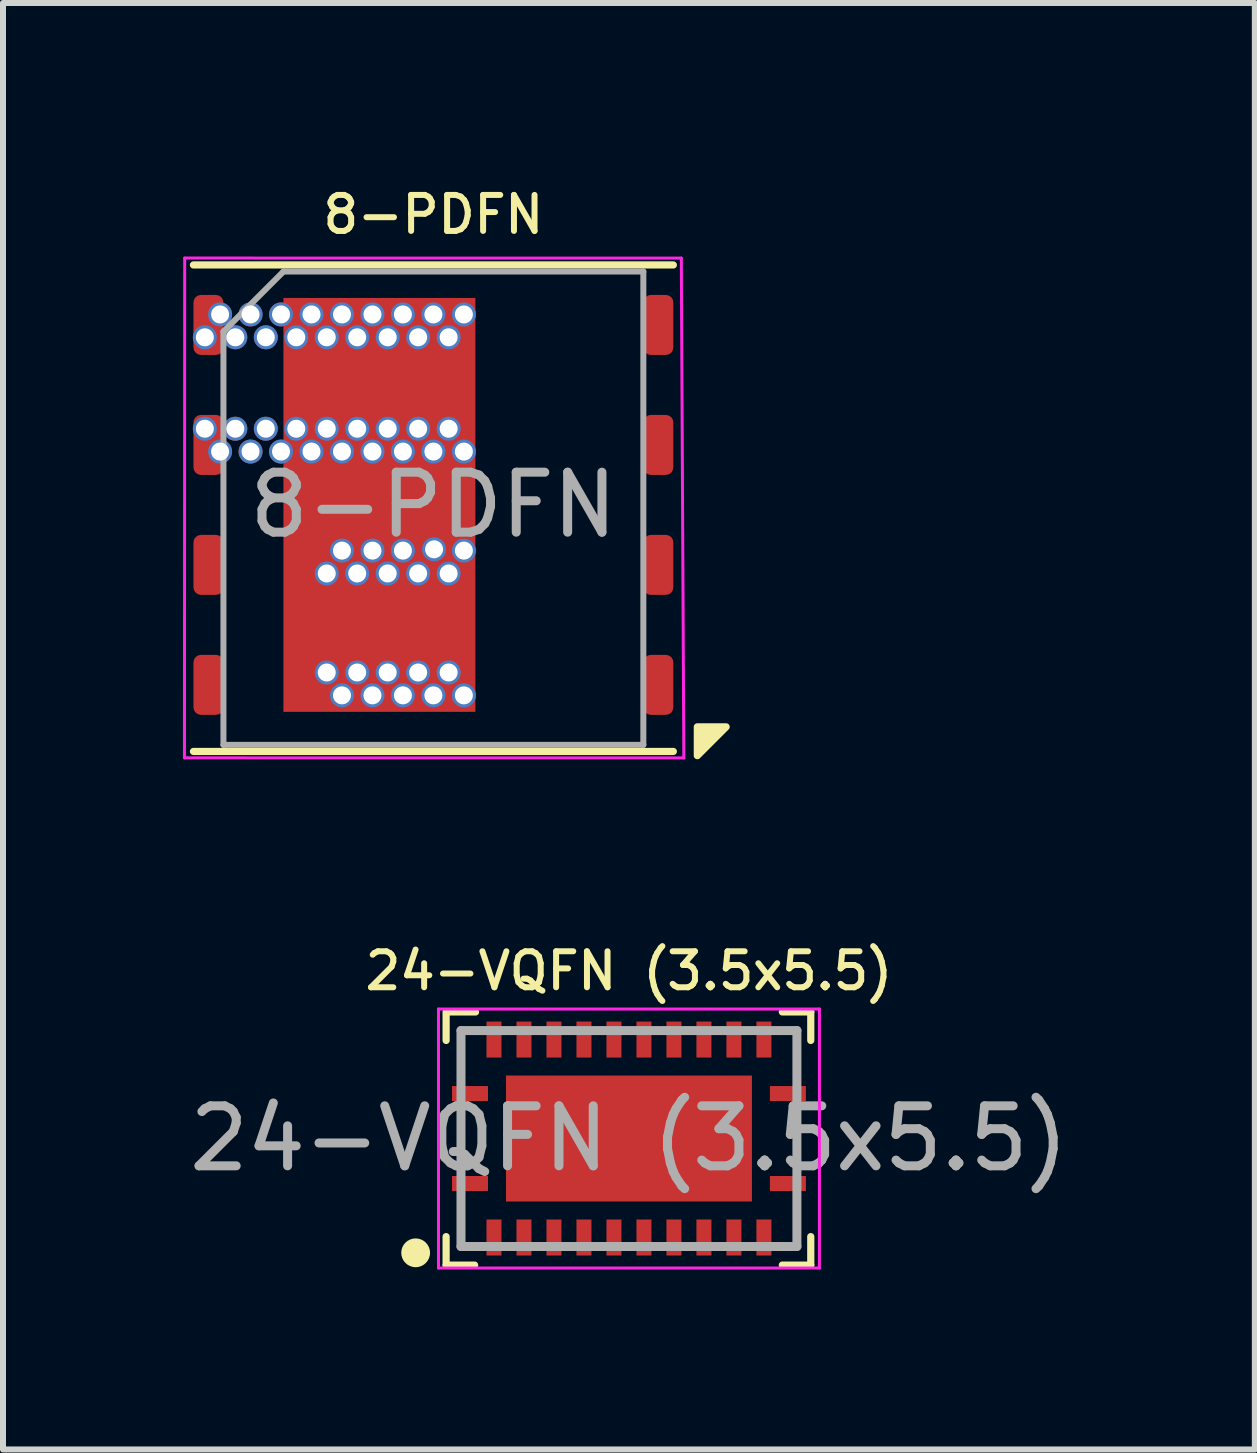
<source format=kicad_pcb>
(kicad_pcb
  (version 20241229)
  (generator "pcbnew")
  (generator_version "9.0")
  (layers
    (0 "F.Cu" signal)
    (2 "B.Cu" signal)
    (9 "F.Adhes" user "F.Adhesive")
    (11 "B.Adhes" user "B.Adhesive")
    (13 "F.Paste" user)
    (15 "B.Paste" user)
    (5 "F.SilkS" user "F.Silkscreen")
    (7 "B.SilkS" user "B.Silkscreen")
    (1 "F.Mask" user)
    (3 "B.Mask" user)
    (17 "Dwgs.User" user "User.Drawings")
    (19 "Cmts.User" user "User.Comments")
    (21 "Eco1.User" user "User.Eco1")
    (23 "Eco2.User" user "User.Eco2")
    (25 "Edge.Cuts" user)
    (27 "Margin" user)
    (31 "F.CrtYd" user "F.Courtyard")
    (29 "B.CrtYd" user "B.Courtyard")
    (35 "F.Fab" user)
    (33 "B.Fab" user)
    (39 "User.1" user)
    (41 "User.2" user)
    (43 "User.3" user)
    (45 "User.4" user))
  (footprint "8-PDFN"
    (layer "F.Cu")
    (at 4.175 5.367)
    (property "Reference" "8-PDFN" (at 0 -4.84 0) (layer "F.SilkS") (effects (font (size 0.6 0.6) (thickness 0.1) (bold yes))))
    (attr smd)
    (fp_line (start -4 -4) (end 4 -4) (stroke (width 0.12) (type solid)) (layer "F.SilkS"))
    (fp_line (start -4 4.11) (end 4 4.11) (stroke (width 0.12) (type solid)) (layer "F.SilkS"))
    (fp_poly (pts (xy 4.4 3.7) (xy 4.88 3.7) (xy 4.4 4.18) (xy 4.4 3.7)) (stroke (width 0.12) (type solid)) (fill yes) (layer "F.SilkS"))
    (fp_line (start -4.15 4.217) (end 4.175 4.218) (stroke (width 0.05) (type solid)) (layer "F.CrtYd"))
    (fp_line (start -4.146 -4.115) (end -4.15 4.217) (stroke (width 0.05) (type solid)) (layer "F.CrtYd"))
    (fp_line (start 4.133 -4.114) (end -4.146 -4.115) (stroke (width 0.05) (type solid)) (layer "F.CrtYd"))
    (fp_line (start 4.175 4.218) (end 4.133 -4.114) (stroke (width 0.05) (type solid)) (layer "F.CrtYd"))
    (fp_line (start -3.5 -2.89) (end -2.5 -3.89) (stroke (width 0.1) (type solid)) (layer "F.Fab"))
    (fp_line (start -3.5 4) (end -3.5 -2.89) (stroke (width 0.1) (type solid)) (layer "F.Fab"))
    (fp_line (start -2.5 -3.89) (end 3.5 -3.89) (stroke (width 0.1) (type solid)) (layer "F.Fab"))
    (fp_line (start 3.5 -3.89) (end 3.5 4) (stroke (width 0.1) (type solid)) (layer "F.Fab"))
    (fp_line (start 3.5 4) (end -3.5 4) (stroke (width 0.1) (type solid)) (layer "F.Fab"))
    (fp_text user "${REFERENCE}" (at 0 0 0) (layer "F.Fab") (effects (font (size 1 1) (thickness 0.15))))
    (pad "" smd roundrect (at -1.688 -1.775) (size 1.175 2.95) (layers "F.Paste") (roundrect_rratio 0.207))
    (pad "" smd roundrect (at -1.688 1.775) (size 1.175 2.95) (layers "F.Paste") (roundrect_rratio 0.207))
    (pad "" smd roundrect (at -0.188 -1.775) (size 1.225 2.95) (layers "F.Paste") (roundrect_rratio 0.207))
    (pad "" smd roundrect (at -0.188 1.775) (size 1.225 2.95) (layers "F.Paste") (roundrect_rratio 0.207))
    (pad "1" smd roundrect (at 3.75 3) (size 0.5 1) (layers "F.Cu" "F.Mask" "F.Paste") (roundrect_rratio 0.25))
    (pad "2" smd roundrect (at 3.75 1) (size 0.5 1) (layers "F.Cu" "F.Mask" "F.Paste") (roundrect_rratio 0.25))
    (pad "3" smd roundrect (at 3.75 -1) (size 0.5 1) (layers "F.Cu" "F.Mask" "F.Paste") (roundrect_rratio 0.25))
    (pad "4" smd roundrect (at 3.75 -3) (size 0.5 1) (layers "F.Cu" "F.Mask" "F.Paste") (roundrect_rratio 0.25))
    (pad "5" thru_hole circle (at -3.81 -2.794) (size 0.4 0.4) (drill 0.3) (property pad_prop_heatsink) (layers "*.Cu" "*.Mask"))
    (pad "5" smd roundrect (at -3.75 -3) (size 0.5 1) (layers "F.Cu" "F.Mask" "F.Paste") (roundrect_rratio 0.25))
    (pad "5" thru_hole circle (at -3.556 -3.175) (size 0.4 0.4) (drill 0.3) (property pad_prop_heatsink) (layers "*.Cu" "*.Mask"))
    (pad "6" thru_hole circle (at -3.81 -1.27) (size 0.4 0.4) (drill 0.3) (property pad_prop_heatsink) (layers "*.Cu" "*.Mask"))
    (pad "6" smd roundrect (at -3.75 -1) (size 0.5 1) (layers "F.Cu" "F.Mask" "F.Paste") (roundrect_rratio 0.25))
    (pad "6" thru_hole circle (at -3.556 -0.889) (size 0.4 0.4) (drill 0.3) (property pad_prop_heatsink) (layers "*.Cu" "*.Mask"))
    (pad "7" smd roundrect (at -3.75 1) (size 0.5 1) (layers "F.Cu" "F.Mask" "F.Paste") (roundrect_rratio 0.25))
    (pad "8" smd roundrect (at -3.75 3) (size 0.5 1) (layers "F.Cu" "F.Mask" "F.Paste") (roundrect_rratio 0.25))
    (pad "9" thru_hole circle (at -3.302 -2.794) (size 0.4 0.4) (drill 0.3) (property pad_prop_heatsink) (layers "*.Cu" "*.Mask"))
    (pad "9" thru_hole circle (at -3.302 -1.27) (size 0.4 0.4) (drill 0.3) (property pad_prop_heatsink) (layers "*.Cu" "*.Mask"))
    (pad "9" thru_hole circle (at -3.048 -3.175) (size 0.4 0.4) (drill 0.3) (property pad_prop_heatsink) (layers "*.Cu" "*.Mask"))
    (pad "9" thru_hole circle (at -3.048 -0.889) (size 0.4 0.4) (drill 0.3) (property pad_prop_heatsink) (layers "*.Cu" "*.Mask"))
    (pad "9" thru_hole circle (at -2.794 -2.794) (size 0.4 0.4) (drill 0.3) (property pad_prop_heatsink) (layers "*.Cu" "*.Mask"))
    (pad "9" thru_hole circle (at -2.794 -1.27) (size 0.4 0.4) (drill 0.3) (property pad_prop_heatsink) (layers "*.Cu" "*.Mask"))
    (pad "9" thru_hole circle (at -2.54 -3.175) (size 0.4 0.4) (drill 0.3) (property pad_prop_heatsink) (layers "*.Cu" "*.Mask"))
    (pad "9" thru_hole circle (at -2.54 -0.889) (size 0.4 0.4) (drill 0.3) (property pad_prop_heatsink) (layers "*.Cu" "*.Mask"))
    (pad "9" thru_hole circle (at -2.286 -2.794) (size 0.4 0.4) (drill 0.3) (property pad_prop_heatsink) (layers "*.Cu" "*.Mask"))
    (pad "9" thru_hole circle (at -2.286 -1.27) (size 0.4 0.4) (drill 0.3) (property pad_prop_heatsink) (layers "*.Cu" "*.Mask"))
    (pad "9" thru_hole circle (at -2.032 -3.175) (size 0.4 0.4) (drill 0.3) (property pad_prop_heatsink) (layers "*.Cu" "*.Mask"))
    (pad "9" thru_hole circle (at -2.032 -0.889) (size 0.4 0.4) (drill 0.3) (property pad_prop_heatsink) (layers "*.Cu" "*.Mask"))
    (pad "9" thru_hole circle (at -1.778 -2.794) (size 0.4 0.4) (drill 0.3) (property pad_prop_heatsink) (layers "*.Cu" "*.Mask"))
    (pad "9" thru_hole circle (at -1.778 -1.27) (size 0.4 0.4) (drill 0.3) (property pad_prop_heatsink) (layers "*.Cu" "*.Mask"))
    (pad "9" thru_hole circle (at -1.778 1.143) (size 0.4 0.4) (drill 0.3) (property pad_prop_heatsink) (layers "*.Cu" "*.Mask"))
    (pad "9" thru_hole circle (at -1.778 2.794) (size 0.4 0.4) (drill 0.3) (property pad_prop_heatsink) (layers "*.Cu" "*.Mask"))
    (pad "9" thru_hole circle (at -1.524 -3.175) (size 0.4 0.4) (drill 0.3) (property pad_prop_heatsink) (layers "*.Cu" "*.Mask"))
    (pad "9" thru_hole circle (at -1.524 -0.889) (size 0.4 0.4) (drill 0.3) (property pad_prop_heatsink) (layers "*.Cu" "*.Mask"))
    (pad "9" thru_hole circle (at -1.524 0.762) (size 0.4 0.4) (drill 0.3) (property pad_prop_heatsink) (layers "*.Cu" "*.Mask"))
    (pad "9" thru_hole circle (at -1.524 3.175) (size 0.4 0.4) (drill 0.3) (property pad_prop_heatsink) (layers "*.Cu" "*.Mask"))
    (pad "9" thru_hole circle (at -1.27 -2.794) (size 0.4 0.4) (drill 0.3) (property pad_prop_heatsink) (layers "*.Cu" "*.Mask"))
    (pad "9" thru_hole circle (at -1.27 -1.27) (size 0.4 0.4) (drill 0.3) (property pad_prop_heatsink) (layers "*.Cu" "*.Mask"))
    (pad "9" thru_hole circle (at -1.27 1.143) (size 0.4 0.4) (drill 0.3) (property pad_prop_heatsink) (layers "*.Cu" "*.Mask"))
    (pad "9" thru_hole circle (at -1.27 2.794) (size 0.4 0.4) (drill 0.3) (property pad_prop_heatsink) (layers "*.Cu" "*.Mask"))
    (pad "9" thru_hole circle (at -1.016 -3.175) (size 0.4 0.4) (drill 0.3) (property pad_prop_heatsink) (layers "*.Cu" "*.Mask"))
    (pad "9" thru_hole circle (at -1.016 -0.889) (size 0.4 0.4) (drill 0.3) (property pad_prop_heatsink) (layers "*.Cu" "*.Mask"))
    (pad "9" thru_hole circle (at -1.016 0.762) (size 0.4 0.4) (drill 0.3) (property pad_prop_heatsink) (layers "*.Cu" "*.Mask"))
    (pad "9" thru_hole circle (at -1.016 3.175) (size 0.4 0.4) (drill 0.3) (property pad_prop_heatsink) (layers "*.Cu" "*.Mask"))
    (pad "9" smd rect (at -0.9 0) (size 3.2 6.9) (property pad_prop_heatsink) (layers "F.Cu" "F.Mask"))
    (pad "9" thru_hole circle (at -0.762 -2.794) (size 0.4 0.4) (drill 0.3) (property pad_prop_heatsink) (layers "*.Cu" "*.Mask"))
    (pad "9" thru_hole circle (at -0.762 -1.27) (size 0.4 0.4) (drill 0.3) (property pad_prop_heatsink) (layers "*.Cu" "*.Mask"))
    (pad "9" thru_hole circle (at -0.762 1.143) (size 0.4 0.4) (drill 0.3) (property pad_prop_heatsink) (layers "*.Cu" "*.Mask"))
    (pad "9" thru_hole circle (at -0.762 2.794) (size 0.4 0.4) (drill 0.3) (property pad_prop_heatsink) (layers "*.Cu" "*.Mask"))
    (pad "9" thru_hole circle (at -0.508 -3.175) (size 0.4 0.4) (drill 0.3) (property pad_prop_heatsink) (layers "*.Cu" "*.Mask"))
    (pad "9" thru_hole circle (at -0.508 -0.889) (size 0.4 0.4) (drill 0.3) (property pad_prop_heatsink) (layers "*.Cu" "*.Mask"))
    (pad "9" thru_hole circle (at -0.508 0.762) (size 0.4 0.4) (drill 0.3) (property pad_prop_heatsink) (layers "*.Cu" "*.Mask"))
    (pad "9" thru_hole circle (at -0.508 3.175) (size 0.4 0.4) (drill 0.3) (property pad_prop_heatsink) (layers "*.Cu" "*.Mask"))
    (pad "9" thru_hole circle (at -0.254 -2.794) (size 0.4 0.4) (drill 0.3) (property pad_prop_heatsink) (layers "*.Cu" "*.Mask"))
    (pad "9" thru_hole circle (at -0.254 -1.27) (size 0.4 0.4) (drill 0.3) (property pad_prop_heatsink) (layers "*.Cu" "*.Mask"))
    (pad "9" thru_hole circle (at -0.254 1.143) (size 0.4 0.4) (drill 0.3) (property pad_prop_heatsink) (layers "*.Cu" "*.Mask"))
    (pad "9" thru_hole circle (at -0.254 2.794) (size 0.4 0.4) (drill 0.3) (property pad_prop_heatsink) (layers "*.Cu" "*.Mask"))
    (pad "9" thru_hole circle (at 0 -3.175) (size 0.4 0.4) (drill 0.3) (property pad_prop_heatsink) (layers "*.Cu" "*.Mask"))
    (pad "9" thru_hole circle (at 0 -0.889) (size 0.4 0.4) (drill 0.3) (property pad_prop_heatsink) (layers "*.Cu" "*.Mask"))
    (pad "9" thru_hole circle (at 0 3.175) (size 0.4 0.4) (drill 0.3) (property pad_prop_heatsink) (layers "*.Cu" "*.Mask"))
    (pad "9" thru_hole circle (at 0.011 0.74) (size 0.4 0.4) (drill 0.3) (property pad_prop_heatsink) (layers "*.Cu" "*.Mask"))
    (pad "9" thru_hole circle (at 0.254 -2.794) (size 0.4 0.4) (drill 0.3) (property pad_prop_heatsink) (layers "*.Cu" "*.Mask"))
    (pad "9" thru_hole circle (at 0.254 -1.27) (size 0.4 0.4) (drill 0.3) (property pad_prop_heatsink) (layers "*.Cu" "*.Mask"))
    (pad "9" thru_hole circle (at 0.254 1.143) (size 0.4 0.4) (drill 0.3) (property pad_prop_heatsink) (layers "*.Cu" "*.Mask"))
    (pad "9" thru_hole circle (at 0.254 2.794) (size 0.4 0.4) (drill 0.3) (property pad_prop_heatsink) (layers "*.Cu" "*.Mask"))
    (pad "9" thru_hole circle (at 0.508 -3.175) (size 0.4 0.4) (drill 0.3) (property pad_prop_heatsink) (layers "*.Cu" "*.Mask"))
    (pad "9" thru_hole circle (at 0.508 -0.889) (size 0.4 0.4) (drill 0.3) (property pad_prop_heatsink) (layers "*.Cu" "*.Mask"))
    (pad "9" thru_hole circle (at 0.508 0.762) (size 0.4 0.4) (drill 0.3) (property pad_prop_heatsink) (layers "*.Cu" "*.Mask"))
    (pad "9" thru_hole circle (at 0.508 3.175) (size 0.4 0.4) (drill 0.3) (property pad_prop_heatsink) (layers "*.Cu" "*.Mask")))
  (footprint "24-VQFN (3.5x5.5)"
    (layer "F.Cu")
    (at 7.435 15.93)
    (property "Reference" "24-VQFN (3.5x5.5)" (at 0 -2.794 0) (layer "F.SilkS") (effects (font (size 0.6 0.6) (thickness 0.1))))
    (attr smd)
    (fp_line (start -3.048 -2.11) (end -3.048 -1.635) (stroke (width 0.12) (type solid)) (layer "F.SilkS"))
    (fp_line (start -3.048 2.11) (end -3.048 1.635) (stroke (width 0.12) (type solid)) (layer "F.SilkS"))
    (fp_line (start -3.031 -2.11) (end -2.557 -2.11) (stroke (width 0.12) (type solid)) (layer "F.SilkS"))
    (fp_line (start -2.573 2.11) (end -3.048 2.11) (stroke (width 0.12) (type solid)) (layer "F.SilkS"))
    (fp_line (start 2.557 -2.11) (end 3.031 -2.11) (stroke (width 0.12) (type solid)) (layer "F.SilkS"))
    (fp_line (start 2.557 2.11) (end 3.031 2.11) (stroke (width 0.12) (type solid)) (layer "F.SilkS"))
    (fp_line (start 3.031 -2.11) (end 3.031 -1.635) (stroke (width 0.12) (type solid)) (layer "F.SilkS"))
    (fp_line (start 3.031 2.11) (end 3.031 1.635) (stroke (width 0.12) (type solid)) (layer "F.SilkS"))
    (fp_circle (center -3.556 1.905) (end -3.376 1.905) (stroke (width 0.12) (type solid)) (fill yes) (layer "F.SilkS"))
    (fp_poly (pts (xy -0.83 -0.1) (xy -1.89 -0.1) (xy -1.94 -0.15) (xy -1.94 -0.99) (xy -1.89 -1.04) (xy -0.83 -1.04) (xy -0.78 -0.99) (xy -0.78 -0.15)) (stroke (width 0) (type solid)) (fill yes) (layer "F.Paste"))
    (fp_poly (pts (xy -0.83 0.1) (xy -0.78 0.15) (xy -0.78 0.99) (xy -0.83 1.04) (xy -1.89 1.04) (xy -1.94 0.99) (xy -1.94 0.15) (xy -1.89 0.1)) (stroke (width 0) (type solid)) (fill yes) (layer "F.Paste"))
    (fp_poly (pts (xy 0.53 -1.04) (xy 0.58 -0.99) (xy 0.58 -0.15) (xy 0.53 -0.1) (xy -0.53 -0.1) (xy -0.58 -0.15) (xy -0.58 -0.99) (xy -0.53 -1.04)) (stroke (width 0) (type solid)) (fill yes) (layer "F.Paste"))
    (fp_poly (pts (xy 0.58 0.15) (xy 0.58 0.99) (xy 0.53 1.04) (xy -0.53 1.04) (xy -0.58 0.99) (xy -0.58 0.15) (xy -0.53 0.1) (xy 0.53 0.1)) (stroke (width 0) (type solid)) (fill yes) (layer "F.Paste"))
    (fp_poly (pts (xy 0.83 -0.1) (xy 0.78 -0.15) (xy 0.78 -0.99) (xy 0.83 -1.04) (xy 1.89 -1.04) (xy 1.94 -0.99) (xy 1.94 -0.15) (xy 1.89 -0.1)) (stroke (width 0) (type solid)) (fill yes) (layer "F.Paste"))
    (fp_poly (pts (xy 1.94 0.99) (xy 1.89 1.04) (xy 0.83 1.04) (xy 0.78 0.99) (xy 0.78 0.15) (xy 0.83 0.1) (xy 1.89 0.1) (xy 1.94 0.15)) (stroke (width 0) (type solid)) (fill yes) (layer "F.Paste"))
    (fp_line (start -3.175 -2.159) (end -3.175 2.159) (stroke (width 0.05) (type solid)) (layer "F.CrtYd"))
    (fp_line (start -3.175 2.159) (end 3.175 2.159) (stroke (width 0.05) (type solid)) (layer "F.CrtYd"))
    (fp_line (start 3.175 -2.159) (end -3.175 -2.159) (stroke (width 0.05) (type solid)) (layer "F.CrtYd"))
    (fp_line (start 3.175 2.159) (end 3.175 -2.159) (stroke (width 0.05) (type solid)) (layer "F.CrtYd"))
    (fp_line (start -2.8 1.8) (end -2.8 -1.8) (stroke (width 0.15) (type solid)) (layer "F.Fab"))
    (fp_line (start 2.8 -1.8) (end -2.8 -1.8) (stroke (width 0.15) (type solid)) (layer "F.Fab"))
    (fp_line (start 2.8 1.8) (end -2.8 1.8) (stroke (width 0.15) (type solid)) (layer "F.Fab"))
    (fp_line (start 2.8 1.8) (end 2.8 -1.8) (stroke (width 0.15) (type solid)) (layer "F.Fab"))
    (fp_text user "${REFERENCE}" (at 0 0 0) (layer "F.Fab") (effects (font (size 1 1) (thickness 0.15))))
    (pad "1" smd rect (at -2.65 0.75 90) (size 0.25 0.6) (layers "F.Cu" "F.Mask" "F.Paste"))
    (pad "2" smd rect (at -2.25 1.65 180) (size 0.25 0.6) (layers "F.Cu" "F.Mask" "F.Paste"))
    (pad "3" smd rect (at -1.75 1.65 180) (size 0.25 0.6) (layers "F.Cu" "F.Mask" "F.Paste"))
    (pad "4" smd rect (at -1.25 1.65 180) (size 0.25 0.6) (layers "F.Cu" "F.Mask" "F.Paste"))
    (pad "5" smd rect (at -0.75 1.65 180) (size 0.25 0.6) (layers "F.Cu" "F.Mask" "F.Paste"))
    (pad "6" smd rect (at -0.25 1.65 180) (size 0.25 0.6) (layers "F.Cu" "F.Mask" "F.Paste"))
    (pad "7" smd rect (at 0.25 1.65 180) (size 0.25 0.6) (layers "F.Cu" "F.Mask" "F.Paste"))
    (pad "8" smd rect (at 0.75 1.65 180) (size 0.25 0.6) (layers "F.Cu" "F.Mask" "F.Paste"))
    (pad "9" smd rect (at 1.25 1.65 180) (size 0.25 0.6) (layers "F.Cu" "F.Mask" "F.Paste"))
    (pad "10" smd rect (at 1.75 1.65 180) (size 0.25 0.6) (layers "F.Cu" "F.Mask" "F.Paste"))
    (pad "11" smd rect (at 2.25 1.65 180) (size 0.25 0.6) (layers "F.Cu" "F.Mask" "F.Paste"))
    (pad "12" smd rect (at 2.65 0.75 90) (size 0.25 0.6) (layers "F.Cu" "F.Mask" "F.Paste"))
    (pad "13" smd rect (at 2.65 -0.75 90) (size 0.25 0.6) (layers "F.Cu" "F.Mask" "F.Paste"))
    (pad "14" smd rect (at 2.25 -1.65 180) (size 0.25 0.6) (layers "F.Cu" "F.Mask" "F.Paste"))
    (pad "15" smd rect (at 1.75 -1.65 180) (size 0.25 0.6) (layers "F.Cu" "F.Mask" "F.Paste"))
    (pad "16" smd rect (at 1.25 -1.65 180) (size 0.25 0.6) (layers "F.Cu" "F.Mask" "F.Paste"))
    (pad "17" smd rect (at 0.75 -1.65 180) (size 0.25 0.6) (layers "F.Cu" "F.Mask" "F.Paste"))
    (pad "18" smd rect (at 0.25 -1.65 180) (size 0.25 0.6) (layers "F.Cu" "F.Mask" "F.Paste"))
    (pad "19" smd rect (at -0.25 -1.65 180) (size 0.25 0.6) (layers "F.Cu" "F.Mask" "F.Paste"))
    (pad "20" smd rect (at -0.75 -1.65 180) (size 0.25 0.6) (layers "F.Cu" "F.Mask" "F.Paste"))
    (pad "21" smd rect (at -1.25 -1.65 180) (size 0.25 0.6) (layers "F.Cu" "F.Mask" "F.Paste"))
    (pad "22" smd rect (at -1.75 -1.65 180) (size 0.25 0.6) (layers "F.Cu" "F.Mask" "F.Paste"))
    (pad "23" smd rect (at -2.25 -1.65 180) (size 0.25 0.6) (layers "F.Cu" "F.Mask" "F.Paste"))
    (pad "24" smd rect (at -2.65 -0.75 90) (size 0.25 0.6) (layers "F.Cu" "F.Mask" "F.Paste"))
    (pad "25" smd rect (at 0 0 90) (size 2.1 4.1) (layers "F.Cu" "F.Mask")))
  (gr_rect
    (start -3 -3)
    (end 17.869 21.114)
    (stroke (width 0.1) (type default))
    (fill no)
    (layer "Edge.Cuts")))
</source>
